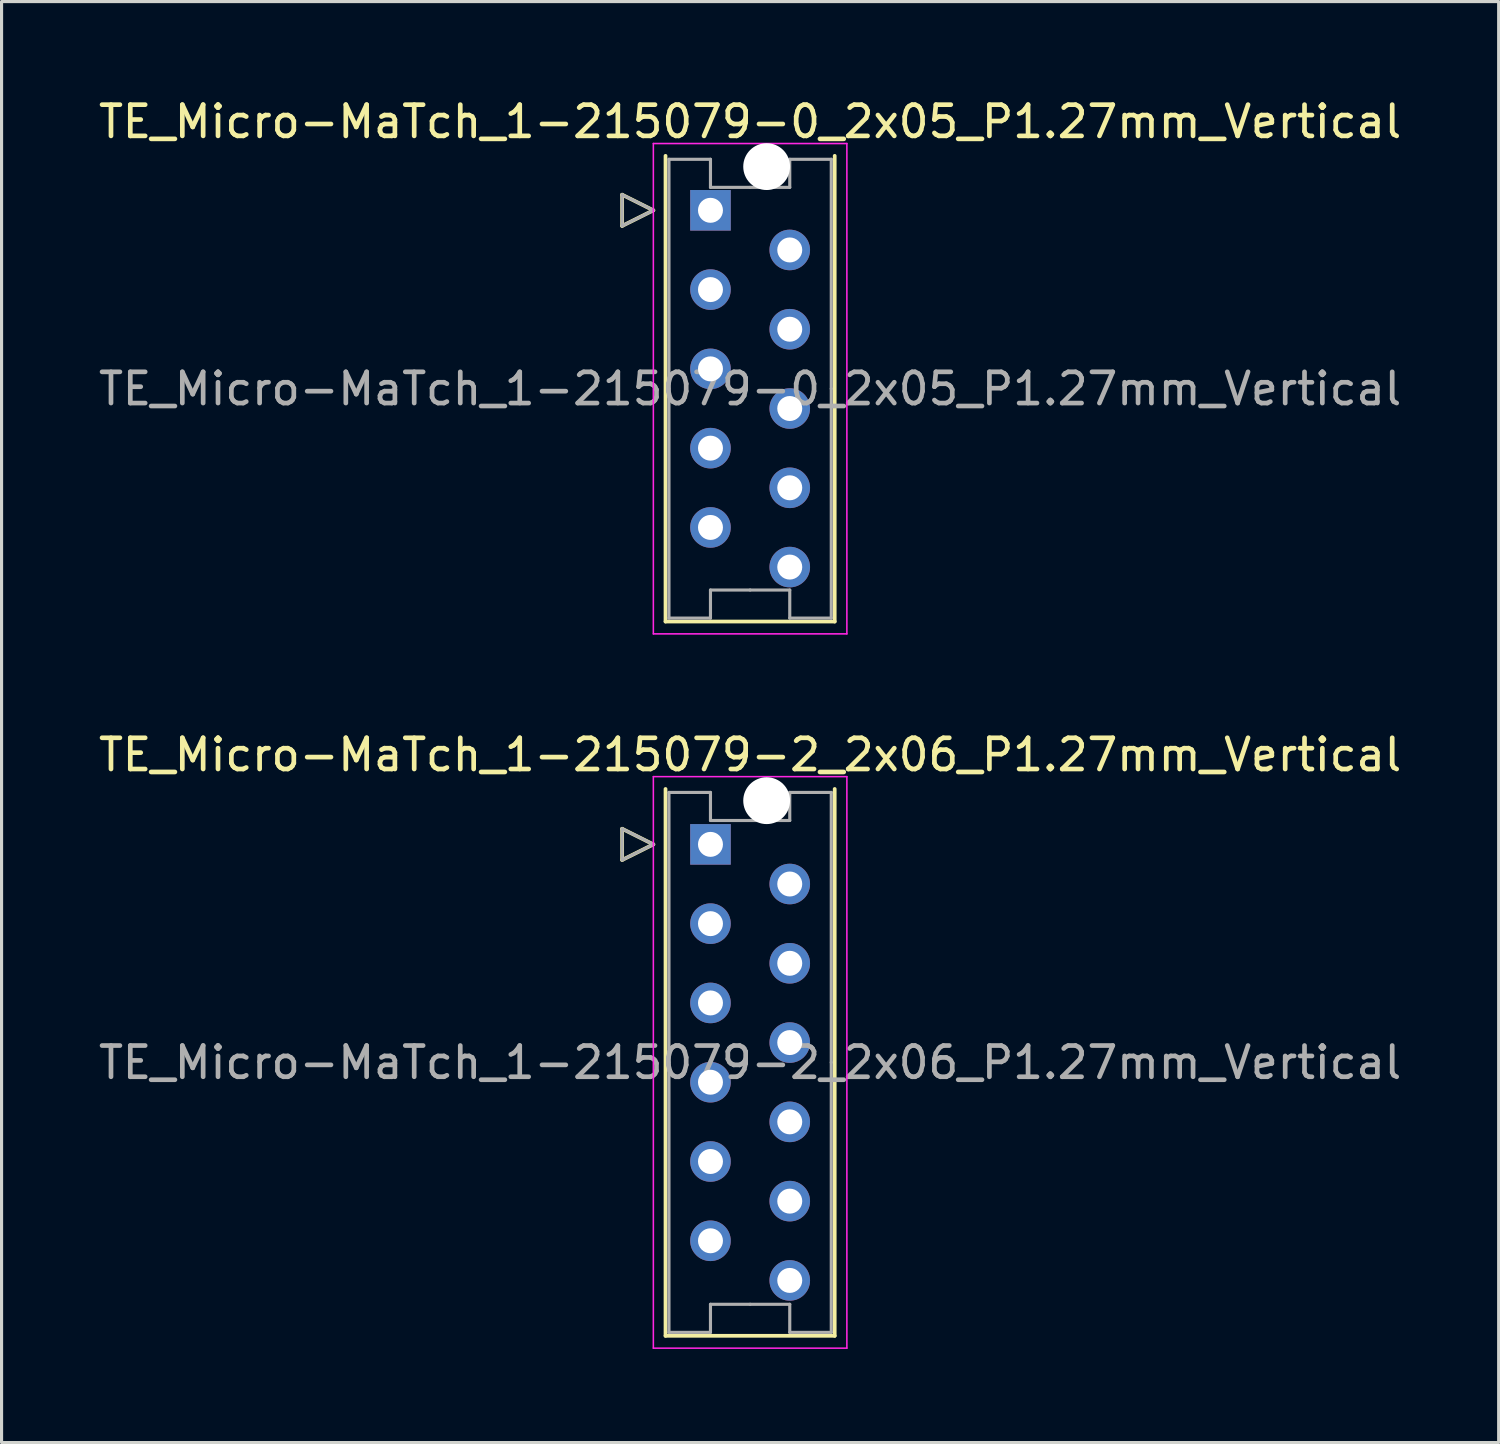
<source format=kicad_pcb>
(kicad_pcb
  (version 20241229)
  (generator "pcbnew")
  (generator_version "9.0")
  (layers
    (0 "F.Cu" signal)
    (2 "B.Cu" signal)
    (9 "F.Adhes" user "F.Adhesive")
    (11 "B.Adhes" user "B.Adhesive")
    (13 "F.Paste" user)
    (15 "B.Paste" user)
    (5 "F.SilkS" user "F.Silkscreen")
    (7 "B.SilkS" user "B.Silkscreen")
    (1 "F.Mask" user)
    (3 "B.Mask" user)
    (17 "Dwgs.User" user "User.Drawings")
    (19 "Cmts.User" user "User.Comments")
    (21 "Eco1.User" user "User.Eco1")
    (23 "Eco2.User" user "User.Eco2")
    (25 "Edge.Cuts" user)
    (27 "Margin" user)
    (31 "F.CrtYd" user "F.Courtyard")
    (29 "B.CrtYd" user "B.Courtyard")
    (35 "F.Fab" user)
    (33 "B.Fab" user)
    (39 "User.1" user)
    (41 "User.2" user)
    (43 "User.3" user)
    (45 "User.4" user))
  (footprint "TE_Micro-MaTch_1-215079-2_2x06_P1.27mm_Vertical"
    (layer "F.Cu")
    (at 19.712 24.002)
    (property "Reference" "TE_Micro-MaTch_1-215079-2_2x06_P1.27mm_Vertical" (at 1.27 -2.87 0) (layer "F.SilkS") (effects (font (size 1 1) (thickness 0.15))))
    (attr through_hole)
    (fp_line (start -2.83 -0.5) (end -1.83 0) (stroke (width 0.12) (type solid)) (layer "F.SilkS"))
    (fp_line (start -2.83 0.5) (end -2.83 -0.5) (stroke (width 0.12) (type solid)) (layer "F.SilkS"))
    (fp_line (start -1.83 0) (end -2.83 0.5) (stroke (width 0.12) (type solid)) (layer "F.SilkS"))
    (fp_line (start -1.44 -1.775) (end -1.44 15.745) (stroke (width 0.12) (type solid)) (layer "F.SilkS"))
    (fp_line (start -1.44 15.745) (end 3.98 15.745) (stroke (width 0.12) (type solid)) (layer "F.SilkS"))
    (fp_line (start 3.98 15.745) (end 3.98 -1.775) (stroke (width 0.12) (type solid)) (layer "F.SilkS"))
    (fp_line (start -1.83 -2.17) (end -1.83 16.14) (stroke (width 0.05) (type solid)) (layer "F.CrtYd"))
    (fp_line (start -1.83 16.14) (end 4.37 16.14) (stroke (width 0.05) (type solid)) (layer "F.CrtYd"))
    (fp_line (start 4.37 -2.17) (end -1.83 -2.17) (stroke (width 0.05) (type solid)) (layer "F.CrtYd"))
    (fp_line (start 4.37 16.14) (end 4.37 -2.17) (stroke (width 0.05) (type solid)) (layer "F.CrtYd"))
    (fp_line (start -2.83 -0.5) (end -1.83 0) (stroke (width 0.1) (type solid)) (layer "F.Fab"))
    (fp_line (start -2.83 0.5) (end -2.83 -0.5) (stroke (width 0.1) (type solid)) (layer "F.Fab"))
    (fp_line (start -1.83 0) (end -2.83 0.5) (stroke (width 0.1) (type solid)) (layer "F.Fab"))
    (fp_line (start -1.33 -1.665) (end -1.33 6.985) (stroke (width 0.1) (type solid)) (layer "F.Fab"))
    (fp_line (start -1.33 15.635) (end -1.33 6.985) (stroke (width 0.1) (type solid)) (layer "F.Fab"))
    (fp_line (start 0 -1.665) (end -1.33 -1.665) (stroke (width 0.1) (type solid)) (layer "F.Fab"))
    (fp_line (start 0 -0.765) (end 0 -1.665) (stroke (width 0.1) (type solid)) (layer "F.Fab"))
    (fp_line (start 0 14.735) (end 0 15.635) (stroke (width 0.1) (type solid)) (layer "F.Fab"))
    (fp_line (start 0 15.635) (end -1.33 15.635) (stroke (width 0.1) (type solid)) (layer "F.Fab"))
    (fp_line (start 1.27 -0.765) (end 0 -0.765) (stroke (width 0.1) (type solid)) (layer "F.Fab"))
    (fp_line (start 1.27 -0.765) (end 2.54 -0.765) (stroke (width 0.1) (type solid)) (layer "F.Fab"))
    (fp_line (start 1.27 14.735) (end 0 14.735) (stroke (width 0.1) (type solid)) (layer "F.Fab"))
    (fp_line (start 1.27 14.735) (end 2.54 14.735) (stroke (width 0.1) (type solid)) (layer "F.Fab"))
    (fp_line (start 2.54 -1.665) (end 3.87 -1.665) (stroke (width 0.1) (type solid)) (layer "F.Fab"))
    (fp_line (start 2.54 -0.765) (end 2.54 -1.665) (stroke (width 0.1) (type solid)) (layer "F.Fab"))
    (fp_line (start 2.54 14.735) (end 2.54 15.635) (stroke (width 0.1) (type solid)) (layer "F.Fab"))
    (fp_line (start 2.54 15.635) (end 3.87 15.635) (stroke (width 0.1) (type solid)) (layer "F.Fab"))
    (fp_line (start 3.87 -1.665) (end 3.87 6.985) (stroke (width 0.1) (type solid)) (layer "F.Fab"))
    (fp_line (start 3.87 15.635) (end 3.87 6.985) (stroke (width 0.1) (type solid)) (layer "F.Fab"))
    (fp_text user "${REFERENCE}" (at 1.27 6.99 0) (layer "F.Fab") (effects (font (size 1 1) (thickness 0.15))))
    (pad "" np_thru_hole circle (at 1.8 -1.4) (size 1.5 1.5) (drill 1.5) (layers "*.Cu" "*.Mask"))
    (pad "1" thru_hole rect (at 0 0) (size 1.3 1.3) (drill 0.8) (layers "*.Cu" "*.Mask"))
    (pad "2" thru_hole circle (at 2.54 1.27) (size 1.3 1.3) (drill 0.8) (layers "*.Cu" "*.Mask"))
    (pad "3" thru_hole circle (at 0 2.54) (size 1.3 1.3) (drill 0.8) (layers "*.Cu" "*.Mask"))
    (pad "4" thru_hole circle (at 2.54 3.81) (size 1.3 1.3) (drill 0.8) (layers "*.Cu" "*.Mask"))
    (pad "5" thru_hole circle (at 0 5.08) (size 1.3 1.3) (drill 0.8) (layers "*.Cu" "*.Mask"))
    (pad "6" thru_hole circle (at 2.54 6.35) (size 1.3 1.3) (drill 0.8) (layers "*.Cu" "*.Mask"))
    (pad "7" thru_hole circle (at 0 7.62) (size 1.3 1.3) (drill 0.8) (layers "*.Cu" "*.Mask"))
    (pad "8" thru_hole circle (at 2.54 8.89) (size 1.3 1.3) (drill 0.8) (layers "*.Cu" "*.Mask"))
    (pad "9" thru_hole circle (at 0 10.16) (size 1.3 1.3) (drill 0.8) (layers "*.Cu" "*.Mask"))
    (pad "10" thru_hole circle (at 2.54 11.43) (size 1.3 1.3) (drill 0.8) (layers "*.Cu" "*.Mask"))
    (pad "11" thru_hole circle (at 0 12.7) (size 1.3 1.3) (drill 0.8) (layers "*.Cu" "*.Mask"))
    (pad "12" thru_hole circle (at 2.54 13.97) (size 1.3 1.3) (drill 0.8) (layers "*.Cu" "*.Mask")))
  (footprint "TE_Micro-MaTch_1-215079-0_2x05_P1.27mm_Vertical"
    (layer "F.Cu")
    (at 19.712 3.688)
    (property "Reference" "TE_Micro-MaTch_1-215079-0_2x05_P1.27mm_Vertical" (at 1.27 -2.84 0) (layer "F.SilkS") (effects (font (size 1 1) (thickness 0.15))))
    (attr through_hole)
    (fp_line (start -2.83 -0.5) (end -1.83 0) (stroke (width 0.12) (type solid)) (layer "F.SilkS"))
    (fp_line (start -2.83 0.5) (end -2.83 -0.5) (stroke (width 0.12) (type solid)) (layer "F.SilkS"))
    (fp_line (start -1.83 0) (end -2.83 0.5) (stroke (width 0.12) (type solid)) (layer "F.SilkS"))
    (fp_line (start -1.44 -1.745) (end -1.44 13.175) (stroke (width 0.12) (type solid)) (layer "F.SilkS"))
    (fp_line (start -1.44 13.175) (end 3.98 13.175) (stroke (width 0.12) (type solid)) (layer "F.SilkS"))
    (fp_line (start 3.98 13.175) (end 3.98 -1.745) (stroke (width 0.12) (type solid)) (layer "F.SilkS"))
    (fp_line (start -1.83 -2.14) (end -1.83 13.57) (stroke (width 0.05) (type solid)) (layer "F.CrtYd"))
    (fp_line (start -1.83 13.57) (end 4.37 13.57) (stroke (width 0.05) (type solid)) (layer "F.CrtYd"))
    (fp_line (start 4.37 -2.14) (end -1.83 -2.14) (stroke (width 0.05) (type solid)) (layer "F.CrtYd"))
    (fp_line (start 4.37 13.57) (end 4.37 -2.14) (stroke (width 0.05) (type solid)) (layer "F.CrtYd"))
    (fp_line (start -2.83 -0.5) (end -1.83 0) (stroke (width 0.1) (type solid)) (layer "F.Fab"))
    (fp_line (start -2.83 0.5) (end -2.83 -0.5) (stroke (width 0.1) (type solid)) (layer "F.Fab"))
    (fp_line (start -1.83 0) (end -2.83 0.5) (stroke (width 0.1) (type solid)) (layer "F.Fab"))
    (fp_line (start -1.33 -1.635) (end -1.33 5.715) (stroke (width 0.1) (type solid)) (layer "F.Fab"))
    (fp_line (start -1.33 13.065) (end -1.33 5.715) (stroke (width 0.1) (type solid)) (layer "F.Fab"))
    (fp_line (start 0 -1.635) (end -1.33 -1.635) (stroke (width 0.1) (type solid)) (layer "F.Fab"))
    (fp_line (start 0 -0.735) (end 0 -1.635) (stroke (width 0.1) (type solid)) (layer "F.Fab"))
    (fp_line (start 0 12.165) (end 0 13.065) (stroke (width 0.1) (type solid)) (layer "F.Fab"))
    (fp_line (start 0 13.065) (end -1.33 13.065) (stroke (width 0.1) (type solid)) (layer "F.Fab"))
    (fp_line (start 1.27 -0.735) (end 0 -0.735) (stroke (width 0.1) (type solid)) (layer "F.Fab"))
    (fp_line (start 1.27 -0.735) (end 2.54 -0.735) (stroke (width 0.1) (type solid)) (layer "F.Fab"))
    (fp_line (start 1.27 12.165) (end 0 12.165) (stroke (width 0.1) (type solid)) (layer "F.Fab"))
    (fp_line (start 1.27 12.165) (end 2.54 12.165) (stroke (width 0.1) (type solid)) (layer "F.Fab"))
    (fp_line (start 2.54 -1.635) (end 3.87 -1.635) (stroke (width 0.1) (type solid)) (layer "F.Fab"))
    (fp_line (start 2.54 -0.735) (end 2.54 -1.635) (stroke (width 0.1) (type solid)) (layer "F.Fab"))
    (fp_line (start 2.54 12.165) (end 2.54 13.065) (stroke (width 0.1) (type solid)) (layer "F.Fab"))
    (fp_line (start 2.54 13.065) (end 3.87 13.065) (stroke (width 0.1) (type solid)) (layer "F.Fab"))
    (fp_line (start 3.87 -1.635) (end 3.87 5.715) (stroke (width 0.1) (type solid)) (layer "F.Fab"))
    (fp_line (start 3.87 13.065) (end 3.87 5.715) (stroke (width 0.1) (type solid)) (layer "F.Fab"))
    (fp_text user "${REFERENCE}" (at 1.27 5.72 0) (layer "F.Fab") (effects (font (size 1 1) (thickness 0.15))))
    (pad "" np_thru_hole circle (at 1.8 -1.4) (size 1.5 1.5) (drill 1.5) (layers "*.Cu" "*.Mask"))
    (pad "1" thru_hole rect (at 0 0) (size 1.3 1.3) (drill 0.8) (layers "*.Cu" "*.Mask"))
    (pad "2" thru_hole circle (at 2.54 1.27) (size 1.3 1.3) (drill 0.8) (layers "*.Cu" "*.Mask"))
    (pad "3" thru_hole circle (at 0 2.54) (size 1.3 1.3) (drill 0.8) (layers "*.Cu" "*.Mask"))
    (pad "4" thru_hole circle (at 2.54 3.81) (size 1.3 1.3) (drill 0.8) (layers "*.Cu" "*.Mask"))
    (pad "5" thru_hole circle (at 0 5.08) (size 1.3 1.3) (drill 0.8) (layers "*.Cu" "*.Mask"))
    (pad "6" thru_hole circle (at 2.54 6.35) (size 1.3 1.3) (drill 0.8) (layers "*.Cu" "*.Mask"))
    (pad "7" thru_hole circle (at 0 7.62) (size 1.3 1.3) (drill 0.8) (layers "*.Cu" "*.Mask"))
    (pad "8" thru_hole circle (at 2.54 8.89) (size 1.3 1.3) (drill 0.8) (layers "*.Cu" "*.Mask"))
    (pad "9" thru_hole circle (at 0 10.16) (size 1.3 1.3) (drill 0.8) (layers "*.Cu" "*.Mask"))
    (pad "10" thru_hole circle (at 2.54 11.43) (size 1.3 1.3) (drill 0.8) (layers "*.Cu" "*.Mask")))
  (gr_rect
    (start -3 -3)
    (end 44.964 43.166)
    (stroke (width 0.1) (type default))
    (fill no)
    (layer "Edge.Cuts")))
</source>
